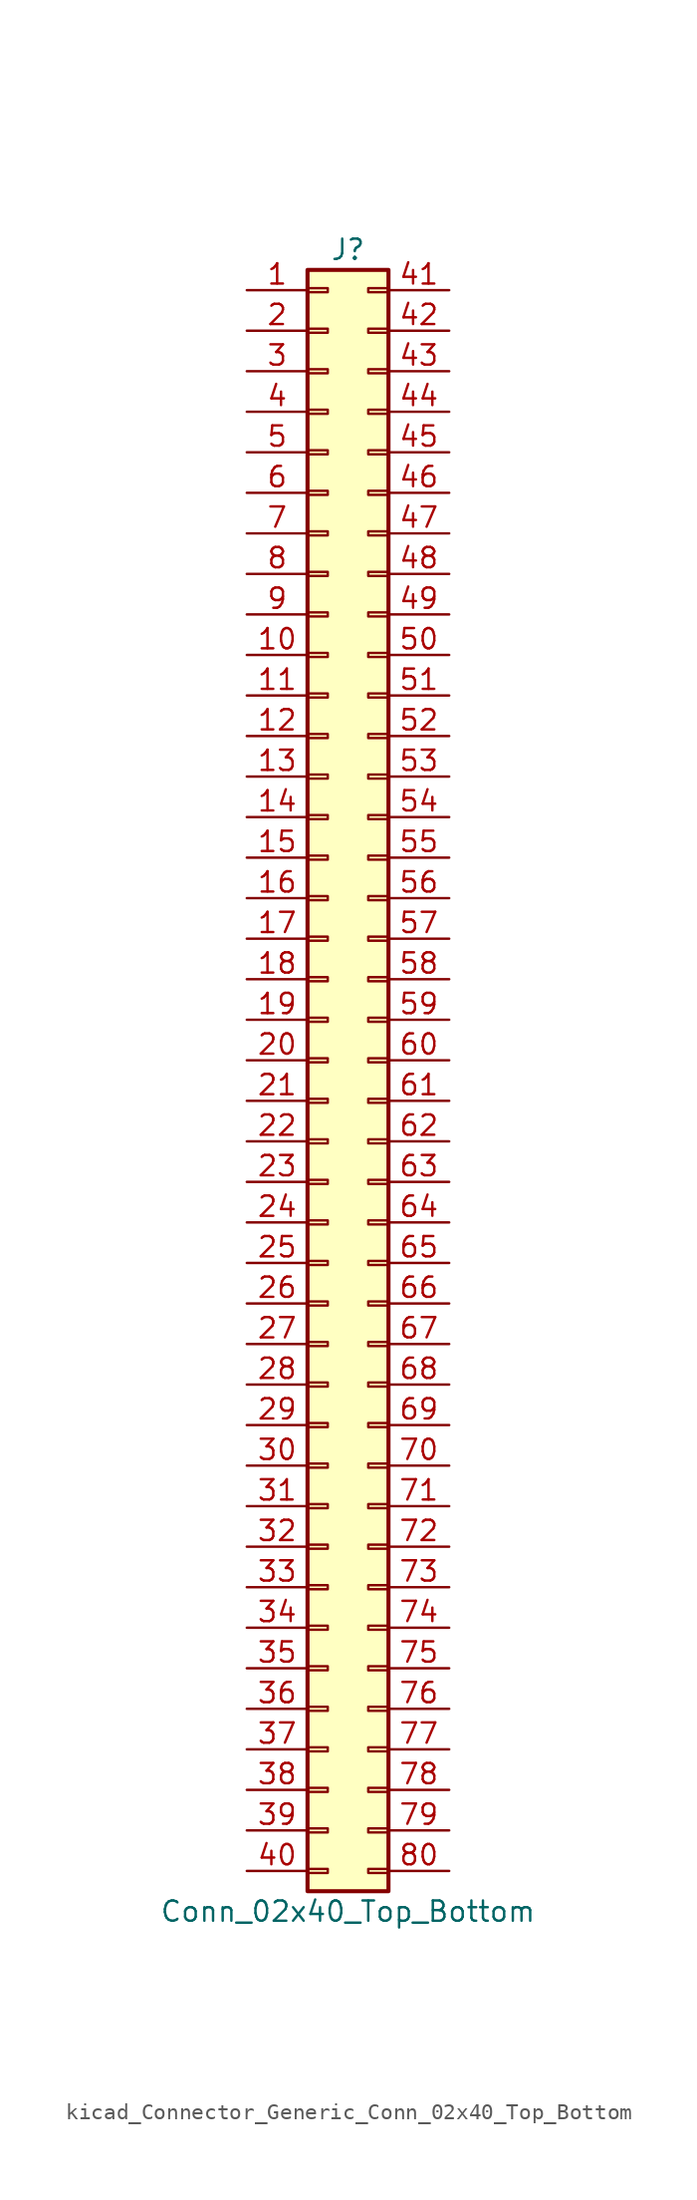
<source format=kicad_sym>
(kicad_symbol_lib
  (version 20220914)
  (generator kicad_symbol_editor)
  (symbol "kicad_Connector_Generic_Conn_02x40_Top_Bottom"
    (pin_names
      (offset 1.016) hide)
    (property "Reference" "J"
      (at 1.27 50.8 0)
      (effects (font (size 1.27 1.27))))
    (property "Value" "Conn_02x40_Top_Bottom"
      (at 1.27 -53.34 0)
      (effects (font (size 1.27 1.27))))
    (symbol "kicad_Connector_Generic_Conn_02x40_Top_Bottom_1_1"
      (rectangle (start -1.27 -50.673) (end 0 -50.927) (stroke (width 0.152) (type default)) (fill (type none)))
      (rectangle (start -1.27 -48.133) (end 0 -48.387) (stroke (width 0.152) (type default)) (fill (type none)))
      (rectangle (start -1.27 -45.593) (end 0 -45.847) (stroke (width 0.152) (type default)) (fill (type none)))
      (rectangle (start -1.27 -43.053) (end 0 -43.307) (stroke (width 0.152) (type default)) (fill (type none)))
      (rectangle (start -1.27 -40.513) (end 0 -40.767) (stroke (width 0.152) (type default)) (fill (type none)))
      (rectangle (start -1.27 -37.973) (end 0 -38.227) (stroke (width 0.152) (type default)) (fill (type none)))
      (rectangle (start -1.27 -35.433) (end 0 -35.687) (stroke (width 0.152) (type default)) (fill (type none)))
      (rectangle (start -1.27 -32.893) (end 0 -33.147) (stroke (width 0.152) (type default)) (fill (type none)))
      (rectangle (start -1.27 -30.353) (end 0 -30.607) (stroke (width 0.152) (type default)) (fill (type none)))
      (rectangle (start -1.27 -27.813) (end 0 -28.067) (stroke (width 0.152) (type default)) (fill (type none)))
      (rectangle (start -1.27 -25.273) (end 0 -25.527) (stroke (width 0.152) (type default)) (fill (type none)))
      (rectangle (start -1.27 -22.733) (end 0 -22.987) (stroke (width 0.152) (type default)) (fill (type none)))
      (rectangle (start -1.27 -20.193) (end 0 -20.447) (stroke (width 0.152) (type default)) (fill (type none)))
      (rectangle (start -1.27 -17.653) (end 0 -17.907) (stroke (width 0.152) (type default)) (fill (type none)))
      (rectangle (start -1.27 -15.113) (end 0 -15.367) (stroke (width 0.152) (type default)) (fill (type none)))
      (rectangle (start -1.27 -12.573) (end 0 -12.827) (stroke (width 0.152) (type default)) (fill (type none)))
      (rectangle (start -1.27 -10.033) (end 0 -10.287) (stroke (width 0.152) (type default)) (fill (type none)))
      (rectangle (start -1.27 -7.493) (end 0 -7.747) (stroke (width 0.152) (type default)) (fill (type none)))
      (rectangle (start -1.27 -4.953) (end 0 -5.207) (stroke (width 0.152) (type default)) (fill (type none)))
      (rectangle (start -1.27 -2.413) (end 0 -2.667) (stroke (width 0.152) (type default)) (fill (type none)))
      (rectangle (start -1.27 0.127) (end 0 -0.127) (stroke (width 0.152) (type default)) (fill (type none)))
      (rectangle (start -1.27 2.667) (end 0 2.413) (stroke (width 0.152) (type default)) (fill (type none)))
      (rectangle (start -1.27 5.207) (end 0 4.953) (stroke (width 0.152) (type default)) (fill (type none)))
      (rectangle (start -1.27 7.747) (end 0 7.493) (stroke (width 0.152) (type default)) (fill (type none)))
      (rectangle (start -1.27 10.287) (end 0 10.033) (stroke (width 0.152) (type default)) (fill (type none)))
      (rectangle (start -1.27 12.827) (end 0 12.573) (stroke (width 0.152) (type default)) (fill (type none)))
      (rectangle (start -1.27 15.367) (end 0 15.113) (stroke (width 0.152) (type default)) (fill (type none)))
      (rectangle (start -1.27 17.907) (end 0 17.653) (stroke (width 0.152) (type default)) (fill (type none)))
      (rectangle (start -1.27 20.447) (end 0 20.193) (stroke (width 0.152) (type default)) (fill (type none)))
      (rectangle (start -1.27 22.987) (end 0 22.733) (stroke (width 0.152) (type default)) (fill (type none)))
      (rectangle (start -1.27 25.527) (end 0 25.273) (stroke (width 0.152) (type default)) (fill (type none)))
      (rectangle (start -1.27 28.067) (end 0 27.813) (stroke (width 0.152) (type default)) (fill (type none)))
      (rectangle (start -1.27 30.607) (end 0 30.353) (stroke (width 0.152) (type default)) (fill (type none)))
      (rectangle (start -1.27 33.147) (end 0 32.893) (stroke (width 0.152) (type default)) (fill (type none)))
      (rectangle (start -1.27 35.687) (end 0 35.433) (stroke (width 0.152) (type default)) (fill (type none)))
      (rectangle (start -1.27 38.227) (end 0 37.973) (stroke (width 0.152) (type default)) (fill (type none)))
      (rectangle (start -1.27 40.767) (end 0 40.513) (stroke (width 0.152) (type default)) (fill (type none)))
      (rectangle (start -1.27 43.307) (end 0 43.053) (stroke (width 0.152) (type default)) (fill (type none)))
      (rectangle (start -1.27 45.847) (end 0 45.593) (stroke (width 0.152) (type default)) (fill (type none)))
      (rectangle (start -1.27 48.387) (end 0 48.133) (stroke (width 0.152) (type default)) (fill (type none)))
      (rectangle (start -1.27 49.53) (end 3.81 -52.07) (stroke (width 0.254) (type default)) (fill (type background)))
      (rectangle (start 3.81 -50.673) (end 2.54 -50.927) (stroke (width 0.152) (type default)) (fill (type none)))
      (rectangle (start 3.81 -48.133) (end 2.54 -48.387) (stroke (width 0.152) (type default)) (fill (type none)))
      (rectangle (start 3.81 -45.593) (end 2.54 -45.847) (stroke (width 0.152) (type default)) (fill (type none)))
      (rectangle (start 3.81 -43.053) (end 2.54 -43.307) (stroke (width 0.152) (type default)) (fill (type none)))
      (rectangle (start 3.81 -40.513) (end 2.54 -40.767) (stroke (width 0.152) (type default)) (fill (type none)))
      (rectangle (start 3.81 -37.973) (end 2.54 -38.227) (stroke (width 0.152) (type default)) (fill (type none)))
      (rectangle (start 3.81 -35.433) (end 2.54 -35.687) (stroke (width 0.152) (type default)) (fill (type none)))
      (rectangle (start 3.81 -32.893) (end 2.54 -33.147) (stroke (width 0.152) (type default)) (fill (type none)))
      (rectangle (start 3.81 -30.353) (end 2.54 -30.607) (stroke (width 0.152) (type default)) (fill (type none)))
      (rectangle (start 3.81 -27.813) (end 2.54 -28.067) (stroke (width 0.152) (type default)) (fill (type none)))
      (rectangle (start 3.81 -25.273) (end 2.54 -25.527) (stroke (width 0.152) (type default)) (fill (type none)))
      (rectangle (start 3.81 -22.733) (end 2.54 -22.987) (stroke (width 0.152) (type default)) (fill (type none)))
      (rectangle (start 3.81 -20.193) (end 2.54 -20.447) (stroke (width 0.152) (type default)) (fill (type none)))
      (rectangle (start 3.81 -17.653) (end 2.54 -17.907) (stroke (width 0.152) (type default)) (fill (type none)))
      (rectangle (start 3.81 -15.113) (end 2.54 -15.367) (stroke (width 0.152) (type default)) (fill (type none)))
      (rectangle (start 3.81 -12.573) (end 2.54 -12.827) (stroke (width 0.152) (type default)) (fill (type none)))
      (rectangle (start 3.81 -10.033) (end 2.54 -10.287) (stroke (width 0.152) (type default)) (fill (type none)))
      (rectangle (start 3.81 -7.493) (end 2.54 -7.747) (stroke (width 0.152) (type default)) (fill (type none)))
      (rectangle (start 3.81 -4.953) (end 2.54 -5.207) (stroke (width 0.152) (type default)) (fill (type none)))
      (rectangle (start 3.81 -2.413) (end 2.54 -2.667) (stroke (width 0.152) (type default)) (fill (type none)))
      (rectangle (start 3.81 0.127) (end 2.54 -0.127) (stroke (width 0.152) (type default)) (fill (type none)))
      (rectangle (start 3.81 2.667) (end 2.54 2.413) (stroke (width 0.152) (type default)) (fill (type none)))
      (rectangle (start 3.81 5.207) (end 2.54 4.953) (stroke (width 0.152) (type default)) (fill (type none)))
      (rectangle (start 3.81 7.747) (end 2.54 7.493) (stroke (width 0.152) (type default)) (fill (type none)))
      (rectangle (start 3.81 10.287) (end 2.54 10.033) (stroke (width 0.152) (type default)) (fill (type none)))
      (rectangle (start 3.81 12.827) (end 2.54 12.573) (stroke (width 0.152) (type default)) (fill (type none)))
      (rectangle (start 3.81 15.367) (end 2.54 15.113) (stroke (width 0.152) (type default)) (fill (type none)))
      (rectangle (start 3.81 17.907) (end 2.54 17.653) (stroke (width 0.152) (type default)) (fill (type none)))
      (rectangle (start 3.81 20.447) (end 2.54 20.193) (stroke (width 0.152) (type default)) (fill (type none)))
      (rectangle (start 3.81 22.987) (end 2.54 22.733) (stroke (width 0.152) (type default)) (fill (type none)))
      (rectangle (start 3.81 25.527) (end 2.54 25.273) (stroke (width 0.152) (type default)) (fill (type none)))
      (rectangle (start 3.81 28.067) (end 2.54 27.813) (stroke (width 0.152) (type default)) (fill (type none)))
      (rectangle (start 3.81 30.607) (end 2.54 30.353) (stroke (width 0.152) (type default)) (fill (type none)))
      (rectangle (start 3.81 33.147) (end 2.54 32.893) (stroke (width 0.152) (type default)) (fill (type none)))
      (rectangle (start 3.81 35.687) (end 2.54 35.433) (stroke (width 0.152) (type default)) (fill (type none)))
      (rectangle (start 3.81 38.227) (end 2.54 37.973) (stroke (width 0.152) (type default)) (fill (type none)))
      (rectangle (start 3.81 40.767) (end 2.54 40.513) (stroke (width 0.152) (type default)) (fill (type none)))
      (rectangle (start 3.81 43.307) (end 2.54 43.053) (stroke (width 0.152) (type default)) (fill (type none)))
      (rectangle (start 3.81 45.847) (end 2.54 45.593) (stroke (width 0.152) (type default)) (fill (type none)))
      (rectangle (start 3.81 48.387) (end 2.54 48.133) (stroke (width 0.152) (type default)) (fill (type none)))
      (pin passive line (at -5.08 48.26 0) (length 3.81) (name "Pin_1" (effects (font (size 1.27 1.27)))) (number "1" (effects (font (size 1.27 1.27)))))
      (pin passive line (at -5.08 25.4 0) (length 3.81) (name "Pin_10" (effects (font (size 1.27 1.27)))) (number "10" (effects (font (size 1.27 1.27)))))
      (pin passive line (at -5.08 22.86 0) (length 3.81) (name "Pin_11" (effects (font (size 1.27 1.27)))) (number "11" (effects (font (size 1.27 1.27)))))
      (pin passive line (at -5.08 20.32 0) (length 3.81) (name "Pin_12" (effects (font (size 1.27 1.27)))) (number "12" (effects (font (size 1.27 1.27)))))
      (pin passive line (at -5.08 17.78 0) (length 3.81) (name "Pin_13" (effects (font (size 1.27 1.27)))) (number "13" (effects (font (size 1.27 1.27)))))
      (pin passive line (at -5.08 15.24 0) (length 3.81) (name "Pin_14" (effects (font (size 1.27 1.27)))) (number "14" (effects (font (size 1.27 1.27)))))
      (pin passive line (at -5.08 12.7 0) (length 3.81) (name "Pin_15" (effects (font (size 1.27 1.27)))) (number "15" (effects (font (size 1.27 1.27)))))
      (pin passive line (at -5.08 10.16 0) (length 3.81) (name "Pin_16" (effects (font (size 1.27 1.27)))) (number "16" (effects (font (size 1.27 1.27)))))
      (pin passive line (at -5.08 7.62 0) (length 3.81) (name "Pin_17" (effects (font (size 1.27 1.27)))) (number "17" (effects (font (size 1.27 1.27)))))
      (pin passive line (at -5.08 5.08 0) (length 3.81) (name "Pin_18" (effects (font (size 1.27 1.27)))) (number "18" (effects (font (size 1.27 1.27)))))
      (pin passive line (at -5.08 2.54 0) (length 3.81) (name "Pin_19" (effects (font (size 1.27 1.27)))) (number "19" (effects (font (size 1.27 1.27)))))
      (pin passive line (at -5.08 45.72 0) (length 3.81) (name "Pin_2" (effects (font (size 1.27 1.27)))) (number "2" (effects (font (size 1.27 1.27)))))
      (pin passive line (at -5.08 0 0) (length 3.81) (name "Pin_20" (effects (font (size 1.27 1.27)))) (number "20" (effects (font (size 1.27 1.27)))))
      (pin passive line (at -5.08 -2.54 0) (length 3.81) (name "Pin_21" (effects (font (size 1.27 1.27)))) (number "21" (effects (font (size 1.27 1.27)))))
      (pin passive line (at -5.08 -5.08 0) (length 3.81) (name "Pin_22" (effects (font (size 1.27 1.27)))) (number "22" (effects (font (size 1.27 1.27)))))
      (pin passive line (at -5.08 -7.62 0) (length 3.81) (name "Pin_23" (effects (font (size 1.27 1.27)))) (number "23" (effects (font (size 1.27 1.27)))))
      (pin passive line (at -5.08 -10.16 0) (length 3.81) (name "Pin_24" (effects (font (size 1.27 1.27)))) (number "24" (effects (font (size 1.27 1.27)))))
      (pin passive line (at -5.08 -12.7 0) (length 3.81) (name "Pin_25" (effects (font (size 1.27 1.27)))) (number "25" (effects (font (size 1.27 1.27)))))
      (pin passive line (at -5.08 -15.24 0) (length 3.81) (name "Pin_26" (effects (font (size 1.27 1.27)))) (number "26" (effects (font (size 1.27 1.27)))))
      (pin passive line (at -5.08 -17.78 0) (length 3.81) (name "Pin_27" (effects (font (size 1.27 1.27)))) (number "27" (effects (font (size 1.27 1.27)))))
      (pin passive line (at -5.08 -20.32 0) (length 3.81) (name "Pin_28" (effects (font (size 1.27 1.27)))) (number "28" (effects (font (size 1.27 1.27)))))
      (pin passive line (at -5.08 -22.86 0) (length 3.81) (name "Pin_29" (effects (font (size 1.27 1.27)))) (number "29" (effects (font (size 1.27 1.27)))))
      (pin passive line (at -5.08 43.18 0) (length 3.81) (name "Pin_3" (effects (font (size 1.27 1.27)))) (number "3" (effects (font (size 1.27 1.27)))))
      (pin passive line (at -5.08 -25.4 0) (length 3.81) (name "Pin_30" (effects (font (size 1.27 1.27)))) (number "30" (effects (font (size 1.27 1.27)))))
      (pin passive line (at -5.08 -27.94 0) (length 3.81) (name "Pin_31" (effects (font (size 1.27 1.27)))) (number "31" (effects (font (size 1.27 1.27)))))
      (pin passive line (at -5.08 -30.48 0) (length 3.81) (name "Pin_32" (effects (font (size 1.27 1.27)))) (number "32" (effects (font (size 1.27 1.27)))))
      (pin passive line (at -5.08 -33.02 0) (length 3.81) (name "Pin_33" (effects (font (size 1.27 1.27)))) (number "33" (effects (font (size 1.27 1.27)))))
      (pin passive line (at -5.08 -35.56 0) (length 3.81) (name "Pin_34" (effects (font (size 1.27 1.27)))) (number "34" (effects (font (size 1.27 1.27)))))
      (pin passive line (at -5.08 -38.1 0) (length 3.81) (name "Pin_35" (effects (font (size 1.27 1.27)))) (number "35" (effects (font (size 1.27 1.27)))))
      (pin passive line (at -5.08 -40.64 0) (length 3.81) (name "Pin_36" (effects (font (size 1.27 1.27)))) (number "36" (effects (font (size 1.27 1.27)))))
      (pin passive line (at -5.08 -43.18 0) (length 3.81) (name "Pin_37" (effects (font (size 1.27 1.27)))) (number "37" (effects (font (size 1.27 1.27)))))
      (pin passive line (at -5.08 -45.72 0) (length 3.81) (name "Pin_38" (effects (font (size 1.27 1.27)))) (number "38" (effects (font (size 1.27 1.27)))))
      (pin passive line (at -5.08 -48.26 0) (length 3.81) (name "Pin_39" (effects (font (size 1.27 1.27)))) (number "39" (effects (font (size 1.27 1.27)))))
      (pin passive line (at -5.08 40.64 0) (length 3.81) (name "Pin_4" (effects (font (size 1.27 1.27)))) (number "4" (effects (font (size 1.27 1.27)))))
      (pin passive line (at -5.08 -50.8 0) (length 3.81) (name "Pin_40" (effects (font (size 1.27 1.27)))) (number "40" (effects (font (size 1.27 1.27)))))
      (pin passive line (at 7.62 48.26 180) (length 3.81) (name "Pin_41" (effects (font (size 1.27 1.27)))) (number "41" (effects (font (size 1.27 1.27)))))
      (pin passive line (at 7.62 45.72 180) (length 3.81) (name "Pin_42" (effects (font (size 1.27 1.27)))) (number "42" (effects (font (size 1.27 1.27)))))
      (pin passive line (at 7.62 43.18 180) (length 3.81) (name "Pin_43" (effects (font (size 1.27 1.27)))) (number "43" (effects (font (size 1.27 1.27)))))
      (pin passive line (at 7.62 40.64 180) (length 3.81) (name "Pin_44" (effects (font (size 1.27 1.27)))) (number "44" (effects (font (size 1.27 1.27)))))
      (pin passive line (at 7.62 38.1 180) (length 3.81) (name "Pin_45" (effects (font (size 1.27 1.27)))) (number "45" (effects (font (size 1.27 1.27)))))
      (pin passive line (at 7.62 35.56 180) (length 3.81) (name "Pin_46" (effects (font (size 1.27 1.27)))) (number "46" (effects (font (size 1.27 1.27)))))
      (pin passive line (at 7.62 33.02 180) (length 3.81) (name "Pin_47" (effects (font (size 1.27 1.27)))) (number "47" (effects (font (size 1.27 1.27)))))
      (pin passive line (at 7.62 30.48 180) (length 3.81) (name "Pin_48" (effects (font (size 1.27 1.27)))) (number "48" (effects (font (size 1.27 1.27)))))
      (pin passive line (at 7.62 27.94 180) (length 3.81) (name "Pin_49" (effects (font (size 1.27 1.27)))) (number "49" (effects (font (size 1.27 1.27)))))
      (pin passive line (at -5.08 38.1 0) (length 3.81) (name "Pin_5" (effects (font (size 1.27 1.27)))) (number "5" (effects (font (size 1.27 1.27)))))
      (pin passive line (at 7.62 25.4 180) (length 3.81) (name "Pin_50" (effects (font (size 1.27 1.27)))) (number "50" (effects (font (size 1.27 1.27)))))
      (pin passive line (at 7.62 22.86 180) (length 3.81) (name "Pin_51" (effects (font (size 1.27 1.27)))) (number "51" (effects (font (size 1.27 1.27)))))
      (pin passive line (at 7.62 20.32 180) (length 3.81) (name "Pin_52" (effects (font (size 1.27 1.27)))) (number "52" (effects (font (size 1.27 1.27)))))
      (pin passive line (at 7.62 17.78 180) (length 3.81) (name "Pin_53" (effects (font (size 1.27 1.27)))) (number "53" (effects (font (size 1.27 1.27)))))
      (pin passive line (at 7.62 15.24 180) (length 3.81) (name "Pin_54" (effects (font (size 1.27 1.27)))) (number "54" (effects (font (size 1.27 1.27)))))
      (pin passive line (at 7.62 12.7 180) (length 3.81) (name "Pin_55" (effects (font (size 1.27 1.27)))) (number "55" (effects (font (size 1.27 1.27)))))
      (pin passive line (at 7.62 10.16 180) (length 3.81) (name "Pin_56" (effects (font (size 1.27 1.27)))) (number "56" (effects (font (size 1.27 1.27)))))
      (pin passive line (at 7.62 7.62 180) (length 3.81) (name "Pin_57" (effects (font (size 1.27 1.27)))) (number "57" (effects (font (size 1.27 1.27)))))
      (pin passive line (at 7.62 5.08 180) (length 3.81) (name "Pin_58" (effects (font (size 1.27 1.27)))) (number "58" (effects (font (size 1.27 1.27)))))
      (pin passive line (at 7.62 2.54 180) (length 3.81) (name "Pin_59" (effects (font (size 1.27 1.27)))) (number "59" (effects (font (size 1.27 1.27)))))
      (pin passive line (at -5.08 35.56 0) (length 3.81) (name "Pin_6" (effects (font (size 1.27 1.27)))) (number "6" (effects (font (size 1.27 1.27)))))
      (pin passive line (at 7.62 0 180) (length 3.81) (name "Pin_60" (effects (font (size 1.27 1.27)))) (number "60" (effects (font (size 1.27 1.27)))))
      (pin passive line (at 7.62 -2.54 180) (length 3.81) (name "Pin_61" (effects (font (size 1.27 1.27)))) (number "61" (effects (font (size 1.27 1.27)))))
      (pin passive line (at 7.62 -5.08 180) (length 3.81) (name "Pin_62" (effects (font (size 1.27 1.27)))) (number "62" (effects (font (size 1.27 1.27)))))
      (pin passive line (at 7.62 -7.62 180) (length 3.81) (name "Pin_63" (effects (font (size 1.27 1.27)))) (number "63" (effects (font (size 1.27 1.27)))))
      (pin passive line (at 7.62 -10.16 180) (length 3.81) (name "Pin_64" (effects (font (size 1.27 1.27)))) (number "64" (effects (font (size 1.27 1.27)))))
      (pin passive line (at 7.62 -12.7 180) (length 3.81) (name "Pin_65" (effects (font (size 1.27 1.27)))) (number "65" (effects (font (size 1.27 1.27)))))
      (pin passive line (at 7.62 -15.24 180) (length 3.81) (name "Pin_66" (effects (font (size 1.27 1.27)))) (number "66" (effects (font (size 1.27 1.27)))))
      (pin passive line (at 7.62 -17.78 180) (length 3.81) (name "Pin_67" (effects (font (size 1.27 1.27)))) (number "67" (effects (font (size 1.27 1.27)))))
      (pin passive line (at 7.62 -20.32 180) (length 3.81) (name "Pin_68" (effects (font (size 1.27 1.27)))) (number "68" (effects (font (size 1.27 1.27)))))
      (pin passive line (at 7.62 -22.86 180) (length 3.81) (name "Pin_69" (effects (font (size 1.27 1.27)))) (number "69" (effects (font (size 1.27 1.27)))))
      (pin passive line (at -5.08 33.02 0) (length 3.81) (name "Pin_7" (effects (font (size 1.27 1.27)))) (number "7" (effects (font (size 1.27 1.27)))))
      (pin passive line (at 7.62 -25.4 180) (length 3.81) (name "Pin_70" (effects (font (size 1.27 1.27)))) (number "70" (effects (font (size 1.27 1.27)))))
      (pin passive line (at 7.62 -27.94 180) (length 3.81) (name "Pin_71" (effects (font (size 1.27 1.27)))) (number "71" (effects (font (size 1.27 1.27)))))
      (pin passive line (at 7.62 -30.48 180) (length 3.81) (name "Pin_72" (effects (font (size 1.27 1.27)))) (number "72" (effects (font (size 1.27 1.27)))))
      (pin passive line (at 7.62 -33.02 180) (length 3.81) (name "Pin_73" (effects (font (size 1.27 1.27)))) (number "73" (effects (font (size 1.27 1.27)))))
      (pin passive line (at 7.62 -35.56 180) (length 3.81) (name "Pin_74" (effects (font (size 1.27 1.27)))) (number "74" (effects (font (size 1.27 1.27)))))
      (pin passive line (at 7.62 -38.1 180) (length 3.81) (name "Pin_75" (effects (font (size 1.27 1.27)))) (number "75" (effects (font (size 1.27 1.27)))))
      (pin passive line (at 7.62 -40.64 180) (length 3.81) (name "Pin_76" (effects (font (size 1.27 1.27)))) (number "76" (effects (font (size 1.27 1.27)))))
      (pin passive line (at 7.62 -43.18 180) (length 3.81) (name "Pin_77" (effects (font (size 1.27 1.27)))) (number "77" (effects (font (size 1.27 1.27)))))
      (pin passive line (at 7.62 -45.72 180) (length 3.81) (name "Pin_78" (effects (font (size 1.27 1.27)))) (number "78" (effects (font (size 1.27 1.27)))))
      (pin passive line (at 7.62 -48.26 180) (length 3.81) (name "Pin_79" (effects (font (size 1.27 1.27)))) (number "79" (effects (font (size 1.27 1.27)))))
      (pin passive line (at -5.08 30.48 0) (length 3.81) (name "Pin_8" (effects (font (size 1.27 1.27)))) (number "8" (effects (font (size 1.27 1.27)))))
      (pin passive line (at 7.62 -50.8 180) (length 3.81) (name "Pin_80" (effects (font (size 1.27 1.27)))) (number "80" (effects (font (size 1.27 1.27)))))
      (pin passive line (at -5.08 27.94 0) (length 3.81) (name "Pin_9" (effects (font (size 1.27 1.27)))) (number "9" (effects (font (size 1.27 1.27))))))))
</source>
